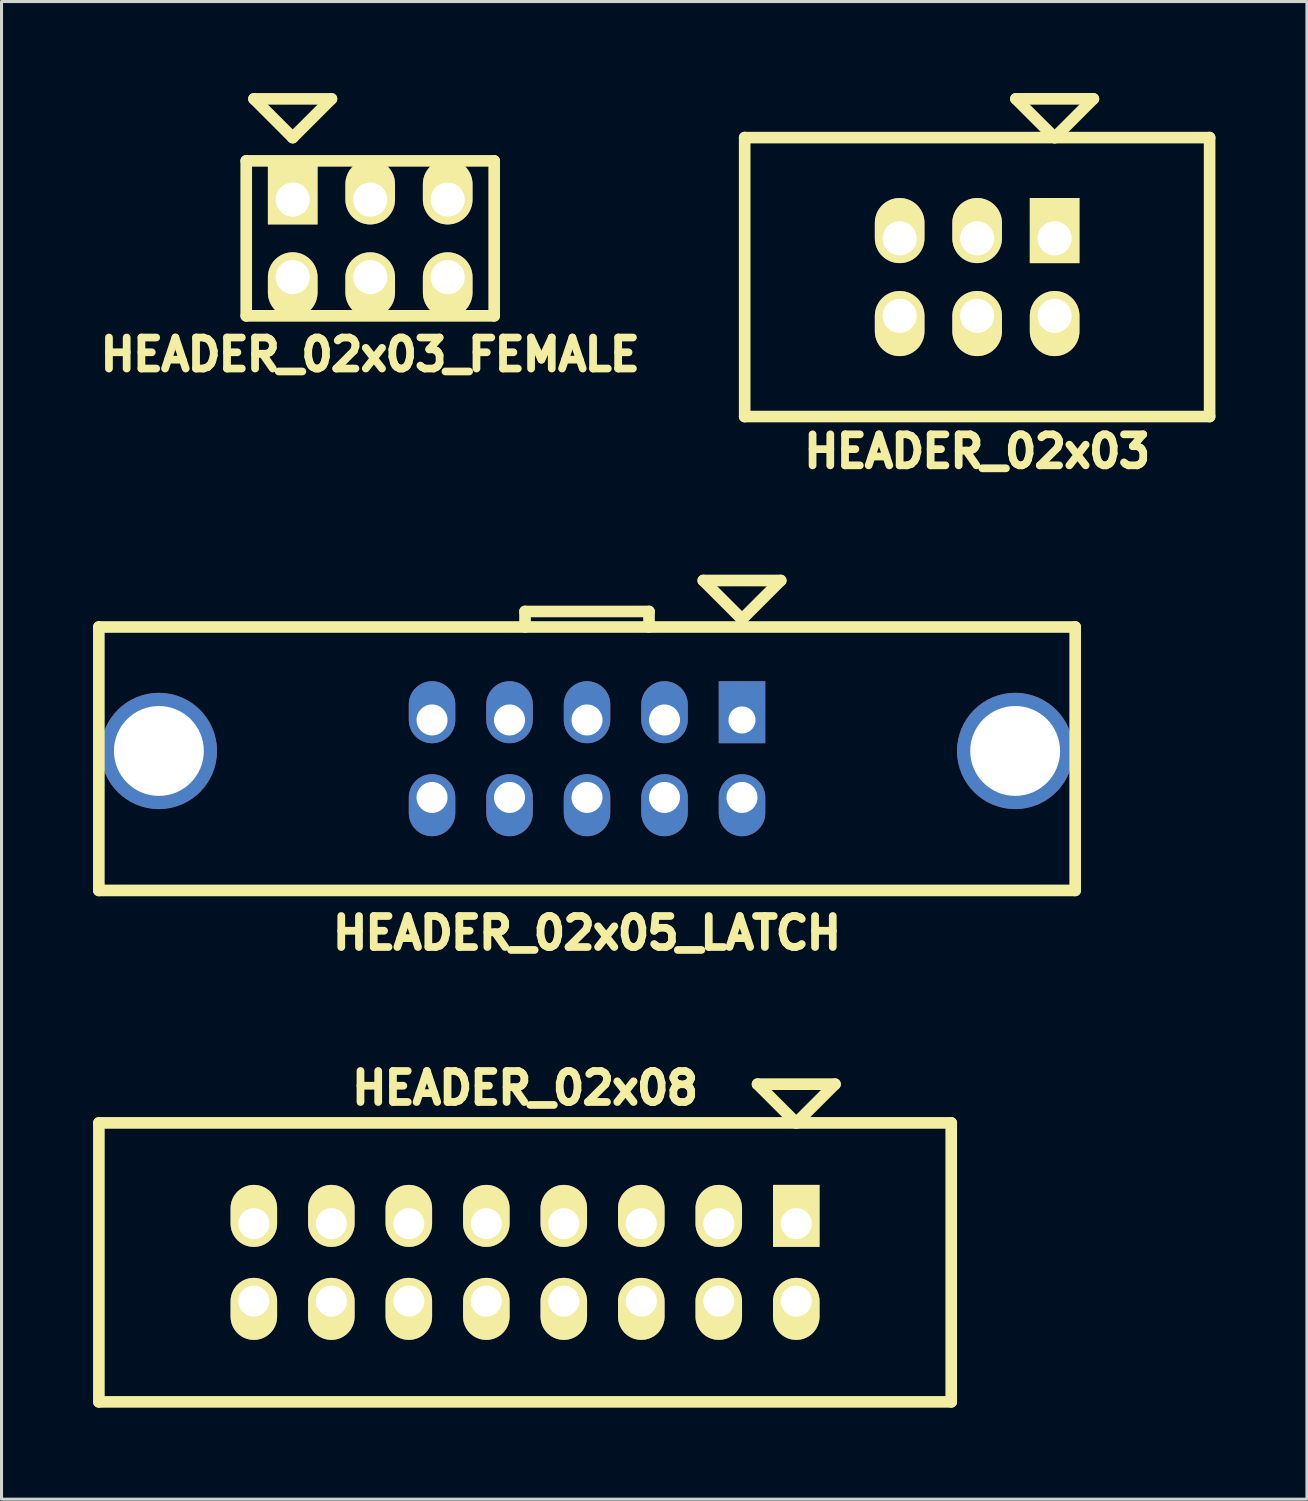
<source format=kicad_pcb>
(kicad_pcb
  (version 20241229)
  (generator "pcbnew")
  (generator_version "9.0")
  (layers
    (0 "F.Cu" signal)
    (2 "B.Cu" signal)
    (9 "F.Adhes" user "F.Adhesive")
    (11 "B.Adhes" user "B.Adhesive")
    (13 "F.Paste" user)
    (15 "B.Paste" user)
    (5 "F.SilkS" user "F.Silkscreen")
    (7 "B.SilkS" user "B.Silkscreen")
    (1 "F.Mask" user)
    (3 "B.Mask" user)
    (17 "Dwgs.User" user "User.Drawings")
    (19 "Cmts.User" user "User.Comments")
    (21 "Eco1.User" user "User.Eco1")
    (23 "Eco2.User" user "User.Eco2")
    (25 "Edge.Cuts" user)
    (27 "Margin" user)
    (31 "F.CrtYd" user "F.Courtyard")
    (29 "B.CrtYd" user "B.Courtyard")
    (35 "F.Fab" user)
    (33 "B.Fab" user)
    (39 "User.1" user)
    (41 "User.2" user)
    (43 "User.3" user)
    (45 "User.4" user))
  (footprint "HEADER_02x03_FEMALE"
    (layer "F.Cu")
    (at 9.085 4.763)
    (property "Reference" "HEADER_02x03_FEMALE" (at 0 3.81 0) (layer "F.SilkS") (effects (font (size 1.016 1.016) (thickness 0.254))))
    (attr through_hole)
    (fp_line (start -4.064 -2.54) (end -4.064 2.54) (stroke (width 0.381) (type solid)) (layer "F.SilkS"))
    (fp_line (start -4.064 2.54) (end 4.064 2.54) (stroke (width 0.381) (type solid)) (layer "F.SilkS"))
    (fp_line (start -3.81 -4.572) (end -2.54 -3.302) (stroke (width 0.381) (type solid)) (layer "F.SilkS"))
    (fp_line (start -2.54 -3.302) (end -1.27 -4.572) (stroke (width 0.381) (type solid)) (layer "F.SilkS"))
    (fp_line (start -1.27 -4.572) (end -3.81 -4.572) (stroke (width 0.381) (type solid)) (layer "F.SilkS"))
    (fp_line (start 4.064 -2.54) (end -4.064 -2.54) (stroke (width 0.381) (type solid)) (layer "F.SilkS"))
    (fp_line (start 4.064 -2.54) (end 4.064 2.54) (stroke (width 0.381) (type solid)) (layer "F.SilkS"))
    (pad "1" thru_hole rect (at -2.54 -1.27) (size 1.626 2.134) (drill 1.118 (offset 0 -0.254)) (layers "*.Cu" "*.Mask" "F.SilkS"))
    (pad "2" thru_hole oval (at -2.54 1.27) (size 1.626 2.134) (drill 1.118 (offset 0 0.254)) (layers "*.Cu" "*.Mask" "F.SilkS"))
    (pad "3" thru_hole oval (at 0 -1.27) (size 1.626 2.134) (drill 1.118 (offset 0 -0.254)) (layers "*.Cu" "*.Mask" "F.SilkS"))
    (pad "4" thru_hole oval (at 0 1.27) (size 1.626 2.134) (drill 1.118 (offset 0 0.254)) (layers "*.Cu" "*.Mask" "F.SilkS"))
    (pad "5" thru_hole oval (at 2.54 -1.27) (size 1.626 2.134) (drill 1.118 (offset 0 -0.254)) (layers "*.Cu" "*.Mask" "F.SilkS"))
    (pad "6" thru_hole oval (at 2.54 1.27) (size 1.626 2.134) (drill 1.118 (offset 0 0.254)) (layers "*.Cu" "*.Mask" "F.SilkS")))
  (footprint "HEADER_02x08"
    (layer "F.Cu")
    (at 14.161 38.33)
    (property "Reference" "HEADER_02x08" (at 0 -5.715 0) (layer "F.SilkS") (effects (font (size 1.016 1.016) (thickness 0.254))))
    (attr through_hole)
    (fp_line (start -13.97 -4.572) (end -13.97 4.572) (stroke (width 0.381) (type solid)) (layer "F.SilkS"))
    (fp_line (start -13.97 4.572) (end 13.97 4.572) (stroke (width 0.381) (type solid)) (layer "F.SilkS"))
    (fp_line (start 7.62 -5.842) (end 8.89 -4.572) (stroke (width 0.381) (type solid)) (layer "F.SilkS"))
    (fp_line (start 8.89 -4.572) (end 10.16 -5.842) (stroke (width 0.381) (type solid)) (layer "F.SilkS"))
    (fp_line (start 10.16 -5.842) (end 7.62 -5.842) (stroke (width 0.381) (type solid)) (layer "F.SilkS"))
    (fp_line (start 13.97 -4.572) (end -13.97 -4.572) (stroke (width 0.381) (type solid)) (layer "F.SilkS"))
    (fp_line (start 13.97 -4.572) (end 13.97 4.572) (stroke (width 0.381) (type solid)) (layer "F.SilkS"))
    (pad "1" thru_hole rect (at 8.89 -1.27) (size 1.524 2.032) (drill 1.016 (offset 0 -0.254)) (layers "*.Cu" "*.Mask" "F.SilkS"))
    (pad "2" thru_hole oval (at 8.89 1.27) (size 1.524 2.032) (drill 1.016 (offset 0 0.254)) (layers "*.Cu" "*.Mask" "F.SilkS"))
    (pad "3" thru_hole oval (at 6.35 -1.27) (size 1.524 2.032) (drill 1.016 (offset 0 -0.254)) (layers "*.Cu" "*.Mask" "F.SilkS"))
    (pad "4" thru_hole oval (at 6.35 1.27) (size 1.524 2.032) (drill 1.016 (offset 0 0.254)) (layers "*.Cu" "*.Mask" "F.SilkS"))
    (pad "5" thru_hole oval (at 3.81 -1.27) (size 1.524 2.032) (drill 1.016 (offset 0 -0.254)) (layers "*.Cu" "*.Mask" "F.SilkS"))
    (pad "6" thru_hole oval (at 3.81 1.27) (size 1.524 2.032) (drill 1.016 (offset 0 0.254)) (layers "*.Cu" "*.Mask" "F.SilkS"))
    (pad "7" thru_hole oval (at 1.27 -1.27) (size 1.524 2.032) (drill 1.016 (offset 0 -0.254)) (layers "*.Cu" "*.Mask" "F.SilkS"))
    (pad "8" thru_hole oval (at 1.27 1.27) (size 1.524 2.032) (drill 1.016 (offset 0 0.254)) (layers "*.Cu" "*.Mask" "F.SilkS"))
    (pad "9" thru_hole oval (at -1.27 -1.27) (size 1.524 2.032) (drill 1.016 (offset 0 -0.254)) (layers "*.Cu" "*.Mask" "F.SilkS"))
    (pad "10" thru_hole oval (at -1.27 1.27) (size 1.524 2.032) (drill 1.016 (offset 0 0.254)) (layers "*.Cu" "*.Mask" "F.SilkS"))
    (pad "11" thru_hole oval (at -3.81 -1.27) (size 1.524 2.032) (drill 1.016 (offset 0 -0.254)) (layers "*.Cu" "*.Mask" "F.SilkS"))
    (pad "12" thru_hole oval (at -3.81 1.27) (size 1.524 2.032) (drill 1.016 (offset 0 0.254)) (layers "*.Cu" "*.Mask" "F.SilkS"))
    (pad "13" thru_hole oval (at -6.35 -1.27) (size 1.524 2.032) (drill 1.016 (offset 0 -0.254)) (layers "*.Cu" "*.Mask" "F.SilkS"))
    (pad "14" thru_hole oval (at -6.35 1.27) (size 1.524 2.032) (drill 1.016 (offset 0 0.254)) (layers "*.Cu" "*.Mask" "F.SilkS"))
    (pad "15" thru_hole oval (at -8.89 -1.27) (size 1.524 2.032) (drill 1.016 (offset 0 -0.254)) (layers "*.Cu" "*.Mask" "F.SilkS"))
    (pad "16" thru_hole oval (at -8.89 1.27) (size 1.524 2.032) (drill 1.016 (offset 0 0.254)) (layers "*.Cu" "*.Mask" "F.SilkS")))
  (footprint "HEADER_02x03"
    (layer "F.Cu")
    (at 28.98 6.032)
    (property "Reference" "HEADER_02x03" (at 0 5.715 0) (layer "F.SilkS") (effects (font (size 1.016 1.016) (thickness 0.254))))
    (attr through_hole)
    (fp_line (start -7.62 -4.572) (end -7.62 4.572) (stroke (width 0.381) (type solid)) (layer "F.SilkS"))
    (fp_line (start -7.62 4.572) (end 7.62 4.572) (stroke (width 0.381) (type solid)) (layer "F.SilkS"))
    (fp_line (start 1.27 -5.842) (end 2.54 -4.572) (stroke (width 0.381) (type solid)) (layer "F.SilkS"))
    (fp_line (start 2.54 -4.572) (end 3.81 -5.842) (stroke (width 0.381) (type solid)) (layer "F.SilkS"))
    (fp_line (start 3.81 -5.842) (end 1.27 -5.842) (stroke (width 0.381) (type solid)) (layer "F.SilkS"))
    (fp_line (start 7.62 -4.572) (end -7.62 -4.572) (stroke (width 0.381) (type solid)) (layer "F.SilkS"))
    (fp_line (start 7.62 -4.572) (end 7.62 4.572) (stroke (width 0.381) (type solid)) (layer "F.SilkS"))
    (pad "1" thru_hole rect (at 2.54 -1.27) (size 1.626 2.134) (drill 1.118 (offset 0 -0.254)) (layers "*.Cu" "*.Mask" "F.SilkS"))
    (pad "2" thru_hole oval (at 2.54 1.27) (size 1.626 2.134) (drill 1.118 (offset 0 0.254)) (layers "*.Cu" "*.Mask" "F.SilkS"))
    (pad "3" thru_hole oval (at 0 -1.27) (size 1.626 2.134) (drill 1.118 (offset 0 -0.254)) (layers "*.Cu" "*.Mask" "F.SilkS"))
    (pad "4" thru_hole oval (at 0 1.27) (size 1.626 2.134) (drill 1.118 (offset 0 0.254)) (layers "*.Cu" "*.Mask" "F.SilkS"))
    (pad "5" thru_hole oval (at -2.54 -1.27) (size 1.626 2.134) (drill 1.118 (offset 0 -0.254)) (layers "*.Cu" "*.Mask" "F.SilkS"))
    (pad "6" thru_hole oval (at -2.54 1.27) (size 1.626 2.134) (drill 1.118 (offset 0 0.254)) (layers "*.Cu" "*.Mask" "F.SilkS")))
  (footprint "HEADER_02x05_LATCH"
    (layer "F.Cu")
    (at 16.192 21.82)
    (property "Reference" "HEADER_02x05_LATCH" (at 0 5.715 0) (layer "F.SilkS") (effects (font (size 1.016 1.016) (thickness 0.254))))
    (attr through_hole)
    (fp_line (start -16.002 -4.318) (end -16.002 4.318) (stroke (width 0.381) (type solid)) (layer "F.SilkS"))
    (fp_line (start -16.002 4.318) (end 16.002 4.318) (stroke (width 0.381) (type solid)) (layer "F.SilkS"))
    (fp_line (start -2.032 -4.826) (end 2.032 -4.826) (stroke (width 0.381) (type solid)) (layer "F.SilkS"))
    (fp_line (start -2.032 -4.318) (end -2.032 -4.826) (stroke (width 0.381) (type solid)) (layer "F.SilkS"))
    (fp_line (start 2.032 -4.826) (end 2.032 -4.318) (stroke (width 0.381) (type solid)) (layer "F.SilkS"))
    (fp_line (start 3.81 -5.842) (end 5.08 -4.572) (stroke (width 0.381) (type solid)) (layer "F.SilkS"))
    (fp_line (start 5.08 -4.572) (end 6.35 -5.842) (stroke (width 0.381) (type solid)) (layer "F.SilkS"))
    (fp_line (start 6.35 -5.842) (end 3.81 -5.842) (stroke (width 0.381) (type solid)) (layer "F.SilkS"))
    (fp_line (start 16.002 -4.318) (end -16.002 -4.318) (stroke (width 0.381) (type solid)) (layer "F.SilkS"))
    (fp_line (start 16.002 -4.318) (end 16.002 4.318) (stroke (width 0.381) (type solid)) (layer "F.SilkS"))
    (pad "" thru_hole circle (at -14.034 -0.254) (size 3.81 3.81) (drill 2.946) (layers "*.Cu" "*.Mask"))
    (pad "" thru_hole circle (at 14.034 -0.254) (size 3.81 3.81) (drill 2.946) (layers "*.Cu" "*.Mask"))
    (pad "1" thru_hole rect (at 5.08 -1.27) (size 1.524 2.032) (drill 0.889 (offset 0 -0.254)) (layers "*.Cu" "*.Mask"))
    (pad "2" thru_hole oval (at 5.08 1.27) (size 1.524 2.032) (drill 1.016 (offset 0 0.254)) (layers "*.Cu" "*.Mask"))
    (pad "3" thru_hole oval (at 2.54 -1.27) (size 1.524 2.032) (drill 1.016 (offset 0 -0.254)) (layers "*.Cu" "*.Mask"))
    (pad "4" thru_hole oval (at 2.54 1.27) (size 1.524 2.032) (drill 1.016 (offset 0 0.254)) (layers "*.Cu" "*.Mask"))
    (pad "5" thru_hole oval (at 0 -1.27) (size 1.524 2.032) (drill 1.016 (offset 0 -0.254)) (layers "*.Cu" "*.Mask"))
    (pad "6" thru_hole oval (at 0 1.27) (size 1.524 2.032) (drill 1.016 (offset 0 0.254)) (layers "*.Cu" "*.Mask"))
    (pad "7" thru_hole oval (at -2.54 -1.27) (size 1.524 2.032) (drill 1.016 (offset 0 -0.254)) (layers "*.Cu" "*.Mask"))
    (pad "8" thru_hole oval (at -2.54 1.27) (size 1.524 2.032) (drill 1.016 (offset 0 0.254)) (layers "*.Cu" "*.Mask"))
    (pad "9" thru_hole oval (at -5.08 -1.27) (size 1.524 2.032) (drill 1.016 (offset 0 -0.254)) (layers "*.Cu" "*.Mask"))
    (pad "10" thru_hole oval (at -5.08 1.27) (size 1.524 2.032) (drill 1.016 (offset 0 0.254)) (layers "*.Cu" "*.Mask")))
  (gr_rect
    (start -3 -3)
    (end 39.79 46.093)
    (stroke (width 0.1) (type default))
    (fill no)
    (layer "Edge.Cuts")))
</source>
